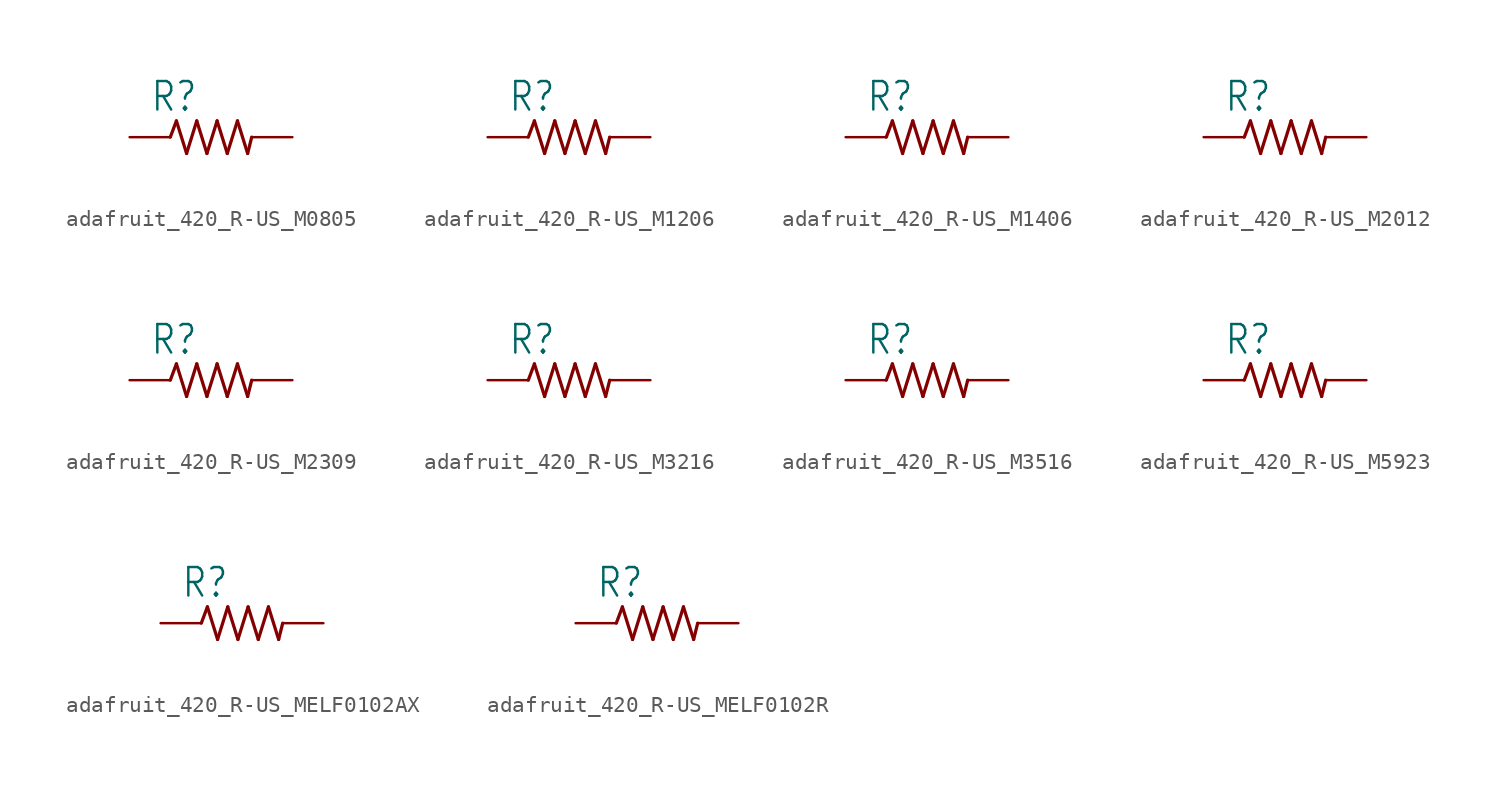
<source format=kicad_sym>
(kicad_symbol_lib
  (version 20241209)
  (generator "kicad_symbol_editor")
  (generator_version "9.0")
  (symbol "adafruit_420_R-US_M0805"
    (property "Reference" "R"
      (at -3.81 1.499 0)
      (effects (font (size 1.778 1.511)) (justify left bottom)))
    (property "Value" ""
      (at -3.81 -3.302 0)
      (effects (font (size 1.778 1.511)) (justify left bottom)))
    (property "ki_locked" ""
      (at 0 0 0)
      (effects (font (size 1.27 1.27))))
    (symbol "adafruit_420_R-US_M0805_1_0"
      (polyline (pts (xy -2.54 0) (xy -2.159 1.016)) (stroke (width 0.203) (type solid)) (fill (type none)))
      (polyline (pts (xy -2.159 1.016) (xy -1.524 -1.016)) (stroke (width 0.203) (type solid)) (fill (type none)))
      (polyline (pts (xy -1.524 -1.016) (xy -0.889 1.016)) (stroke (width 0.203) (type solid)) (fill (type none)))
      (polyline (pts (xy -0.889 1.016) (xy -0.254 -1.016)) (stroke (width 0.203) (type solid)) (fill (type none)))
      (polyline (pts (xy -0.254 -1.016) (xy 0.381 1.016)) (stroke (width 0.203) (type solid)) (fill (type none)))
      (polyline (pts (xy 0.381 1.016) (xy 1.016 -1.016)) (stroke (width 0.203) (type solid)) (fill (type none)))
      (polyline (pts (xy 1.016 -1.016) (xy 1.651 1.016)) (stroke (width 0.203) (type solid)) (fill (type none)))
      (polyline (pts (xy 1.651 1.016) (xy 2.286 -1.016)) (stroke (width 0.203) (type solid)) (fill (type none)))
      (polyline (pts (xy 2.286 -1.016) (xy 2.54 0)) (stroke (width 0.203) (type solid)) (fill (type none)))
      (pin passive line (at -5.08 0 0) (length 2.54) (name "1" (effects (font (size 0 0)))) (number "1" (effects (font (size 0 0)))))
      (pin passive line (at 5.08 0 180) (length 2.54) (name "2" (effects (font (size 0 0)))) (number "2" (effects (font (size 0 0)))))))
  (symbol "adafruit_420_R-US_M1206"
    (property "Reference" "R"
      (at -3.81 1.499 0)
      (effects (font (size 1.778 1.511)) (justify left bottom)))
    (property "Value" ""
      (at -3.81 -3.302 0)
      (effects (font (size 1.778 1.511)) (justify left bottom)))
    (property "ki_locked" ""
      (at 0 0 0)
      (effects (font (size 1.27 1.27))))
    (symbol "adafruit_420_R-US_M1206_1_0"
      (polyline (pts (xy -2.54 0) (xy -2.159 1.016)) (stroke (width 0.203) (type solid)) (fill (type none)))
      (polyline (pts (xy -2.159 1.016) (xy -1.524 -1.016)) (stroke (width 0.203) (type solid)) (fill (type none)))
      (polyline (pts (xy -1.524 -1.016) (xy -0.889 1.016)) (stroke (width 0.203) (type solid)) (fill (type none)))
      (polyline (pts (xy -0.889 1.016) (xy -0.254 -1.016)) (stroke (width 0.203) (type solid)) (fill (type none)))
      (polyline (pts (xy -0.254 -1.016) (xy 0.381 1.016)) (stroke (width 0.203) (type solid)) (fill (type none)))
      (polyline (pts (xy 0.381 1.016) (xy 1.016 -1.016)) (stroke (width 0.203) (type solid)) (fill (type none)))
      (polyline (pts (xy 1.016 -1.016) (xy 1.651 1.016)) (stroke (width 0.203) (type solid)) (fill (type none)))
      (polyline (pts (xy 1.651 1.016) (xy 2.286 -1.016)) (stroke (width 0.203) (type solid)) (fill (type none)))
      (polyline (pts (xy 2.286 -1.016) (xy 2.54 0)) (stroke (width 0.203) (type solid)) (fill (type none)))
      (pin passive line (at -5.08 0 0) (length 2.54) (name "1" (effects (font (size 0 0)))) (number "1" (effects (font (size 0 0)))))
      (pin passive line (at 5.08 0 180) (length 2.54) (name "2" (effects (font (size 0 0)))) (number "2" (effects (font (size 0 0)))))))
  (symbol "adafruit_420_R-US_M1406"
    (property "Reference" "R"
      (at -3.81 1.499 0)
      (effects (font (size 1.778 1.511)) (justify left bottom)))
    (property "Value" ""
      (at -3.81 -3.302 0)
      (effects (font (size 1.778 1.511)) (justify left bottom)))
    (property "ki_locked" ""
      (at 0 0 0)
      (effects (font (size 1.27 1.27))))
    (symbol "adafruit_420_R-US_M1406_1_0"
      (polyline (pts (xy -2.54 0) (xy -2.159 1.016)) (stroke (width 0.203) (type solid)) (fill (type none)))
      (polyline (pts (xy -2.159 1.016) (xy -1.524 -1.016)) (stroke (width 0.203) (type solid)) (fill (type none)))
      (polyline (pts (xy -1.524 -1.016) (xy -0.889 1.016)) (stroke (width 0.203) (type solid)) (fill (type none)))
      (polyline (pts (xy -0.889 1.016) (xy -0.254 -1.016)) (stroke (width 0.203) (type solid)) (fill (type none)))
      (polyline (pts (xy -0.254 -1.016) (xy 0.381 1.016)) (stroke (width 0.203) (type solid)) (fill (type none)))
      (polyline (pts (xy 0.381 1.016) (xy 1.016 -1.016)) (stroke (width 0.203) (type solid)) (fill (type none)))
      (polyline (pts (xy 1.016 -1.016) (xy 1.651 1.016)) (stroke (width 0.203) (type solid)) (fill (type none)))
      (polyline (pts (xy 1.651 1.016) (xy 2.286 -1.016)) (stroke (width 0.203) (type solid)) (fill (type none)))
      (polyline (pts (xy 2.286 -1.016) (xy 2.54 0)) (stroke (width 0.203) (type solid)) (fill (type none)))
      (pin passive line (at -5.08 0 0) (length 2.54) (name "1" (effects (font (size 0 0)))) (number "1" (effects (font (size 0 0)))))
      (pin passive line (at 5.08 0 180) (length 2.54) (name "2" (effects (font (size 0 0)))) (number "2" (effects (font (size 0 0)))))))
  (symbol "adafruit_420_R-US_M2012"
    (property "Reference" "R"
      (at -3.81 1.499 0)
      (effects (font (size 1.778 1.511)) (justify left bottom)))
    (property "Value" ""
      (at -3.81 -3.302 0)
      (effects (font (size 1.778 1.511)) (justify left bottom)))
    (property "ki_locked" ""
      (at 0 0 0)
      (effects (font (size 1.27 1.27))))
    (symbol "adafruit_420_R-US_M2012_1_0"
      (polyline (pts (xy -2.54 0) (xy -2.159 1.016)) (stroke (width 0.203) (type solid)) (fill (type none)))
      (polyline (pts (xy -2.159 1.016) (xy -1.524 -1.016)) (stroke (width 0.203) (type solid)) (fill (type none)))
      (polyline (pts (xy -1.524 -1.016) (xy -0.889 1.016)) (stroke (width 0.203) (type solid)) (fill (type none)))
      (polyline (pts (xy -0.889 1.016) (xy -0.254 -1.016)) (stroke (width 0.203) (type solid)) (fill (type none)))
      (polyline (pts (xy -0.254 -1.016) (xy 0.381 1.016)) (stroke (width 0.203) (type solid)) (fill (type none)))
      (polyline (pts (xy 0.381 1.016) (xy 1.016 -1.016)) (stroke (width 0.203) (type solid)) (fill (type none)))
      (polyline (pts (xy 1.016 -1.016) (xy 1.651 1.016)) (stroke (width 0.203) (type solid)) (fill (type none)))
      (polyline (pts (xy 1.651 1.016) (xy 2.286 -1.016)) (stroke (width 0.203) (type solid)) (fill (type none)))
      (polyline (pts (xy 2.286 -1.016) (xy 2.54 0)) (stroke (width 0.203) (type solid)) (fill (type none)))
      (pin passive line (at -5.08 0 0) (length 2.54) (name "1" (effects (font (size 0 0)))) (number "1" (effects (font (size 0 0)))))
      (pin passive line (at 5.08 0 180) (length 2.54) (name "2" (effects (font (size 0 0)))) (number "2" (effects (font (size 0 0)))))))
  (symbol "adafruit_420_R-US_M2309"
    (property "Reference" "R"
      (at -3.81 1.499 0)
      (effects (font (size 1.778 1.511)) (justify left bottom)))
    (property "Value" ""
      (at -3.81 -3.302 0)
      (effects (font (size 1.778 1.511)) (justify left bottom)))
    (property "ki_locked" ""
      (at 0 0 0)
      (effects (font (size 1.27 1.27))))
    (symbol "adafruit_420_R-US_M2309_1_0"
      (polyline (pts (xy -2.54 0) (xy -2.159 1.016)) (stroke (width 0.203) (type solid)) (fill (type none)))
      (polyline (pts (xy -2.159 1.016) (xy -1.524 -1.016)) (stroke (width 0.203) (type solid)) (fill (type none)))
      (polyline (pts (xy -1.524 -1.016) (xy -0.889 1.016)) (stroke (width 0.203) (type solid)) (fill (type none)))
      (polyline (pts (xy -0.889 1.016) (xy -0.254 -1.016)) (stroke (width 0.203) (type solid)) (fill (type none)))
      (polyline (pts (xy -0.254 -1.016) (xy 0.381 1.016)) (stroke (width 0.203) (type solid)) (fill (type none)))
      (polyline (pts (xy 0.381 1.016) (xy 1.016 -1.016)) (stroke (width 0.203) (type solid)) (fill (type none)))
      (polyline (pts (xy 1.016 -1.016) (xy 1.651 1.016)) (stroke (width 0.203) (type solid)) (fill (type none)))
      (polyline (pts (xy 1.651 1.016) (xy 2.286 -1.016)) (stroke (width 0.203) (type solid)) (fill (type none)))
      (polyline (pts (xy 2.286 -1.016) (xy 2.54 0)) (stroke (width 0.203) (type solid)) (fill (type none)))
      (pin passive line (at -5.08 0 0) (length 2.54) (name "1" (effects (font (size 0 0)))) (number "1" (effects (font (size 0 0)))))
      (pin passive line (at 5.08 0 180) (length 2.54) (name "2" (effects (font (size 0 0)))) (number "2" (effects (font (size 0 0)))))))
  (symbol "adafruit_420_R-US_M3216"
    (property "Reference" "R"
      (at -3.81 1.499 0)
      (effects (font (size 1.778 1.511)) (justify left bottom)))
    (property "Value" ""
      (at -3.81 -3.302 0)
      (effects (font (size 1.778 1.511)) (justify left bottom)))
    (property "ki_locked" ""
      (at 0 0 0)
      (effects (font (size 1.27 1.27))))
    (symbol "adafruit_420_R-US_M3216_1_0"
      (polyline (pts (xy -2.54 0) (xy -2.159 1.016)) (stroke (width 0.203) (type solid)) (fill (type none)))
      (polyline (pts (xy -2.159 1.016) (xy -1.524 -1.016)) (stroke (width 0.203) (type solid)) (fill (type none)))
      (polyline (pts (xy -1.524 -1.016) (xy -0.889 1.016)) (stroke (width 0.203) (type solid)) (fill (type none)))
      (polyline (pts (xy -0.889 1.016) (xy -0.254 -1.016)) (stroke (width 0.203) (type solid)) (fill (type none)))
      (polyline (pts (xy -0.254 -1.016) (xy 0.381 1.016)) (stroke (width 0.203) (type solid)) (fill (type none)))
      (polyline (pts (xy 0.381 1.016) (xy 1.016 -1.016)) (stroke (width 0.203) (type solid)) (fill (type none)))
      (polyline (pts (xy 1.016 -1.016) (xy 1.651 1.016)) (stroke (width 0.203) (type solid)) (fill (type none)))
      (polyline (pts (xy 1.651 1.016) (xy 2.286 -1.016)) (stroke (width 0.203) (type solid)) (fill (type none)))
      (polyline (pts (xy 2.286 -1.016) (xy 2.54 0)) (stroke (width 0.203) (type solid)) (fill (type none)))
      (pin passive line (at -5.08 0 0) (length 2.54) (name "1" (effects (font (size 0 0)))) (number "1" (effects (font (size 0 0)))))
      (pin passive line (at 5.08 0 180) (length 2.54) (name "2" (effects (font (size 0 0)))) (number "2" (effects (font (size 0 0)))))))
  (symbol "adafruit_420_R-US_M3516"
    (property "Reference" "R"
      (at -3.81 1.499 0)
      (effects (font (size 1.778 1.511)) (justify left bottom)))
    (property "Value" ""
      (at -3.81 -3.302 0)
      (effects (font (size 1.778 1.511)) (justify left bottom)))
    (property "ki_locked" ""
      (at 0 0 0)
      (effects (font (size 1.27 1.27))))
    (symbol "adafruit_420_R-US_M3516_1_0"
      (polyline (pts (xy -2.54 0) (xy -2.159 1.016)) (stroke (width 0.203) (type solid)) (fill (type none)))
      (polyline (pts (xy -2.159 1.016) (xy -1.524 -1.016)) (stroke (width 0.203) (type solid)) (fill (type none)))
      (polyline (pts (xy -1.524 -1.016) (xy -0.889 1.016)) (stroke (width 0.203) (type solid)) (fill (type none)))
      (polyline (pts (xy -0.889 1.016) (xy -0.254 -1.016)) (stroke (width 0.203) (type solid)) (fill (type none)))
      (polyline (pts (xy -0.254 -1.016) (xy 0.381 1.016)) (stroke (width 0.203) (type solid)) (fill (type none)))
      (polyline (pts (xy 0.381 1.016) (xy 1.016 -1.016)) (stroke (width 0.203) (type solid)) (fill (type none)))
      (polyline (pts (xy 1.016 -1.016) (xy 1.651 1.016)) (stroke (width 0.203) (type solid)) (fill (type none)))
      (polyline (pts (xy 1.651 1.016) (xy 2.286 -1.016)) (stroke (width 0.203) (type solid)) (fill (type none)))
      (polyline (pts (xy 2.286 -1.016) (xy 2.54 0)) (stroke (width 0.203) (type solid)) (fill (type none)))
      (pin passive line (at -5.08 0 0) (length 2.54) (name "1" (effects (font (size 0 0)))) (number "1" (effects (font (size 0 0)))))
      (pin passive line (at 5.08 0 180) (length 2.54) (name "2" (effects (font (size 0 0)))) (number "2" (effects (font (size 0 0)))))))
  (symbol "adafruit_420_R-US_M5923"
    (property "Reference" "R"
      (at -3.81 1.499 0)
      (effects (font (size 1.778 1.511)) (justify left bottom)))
    (property "Value" ""
      (at -3.81 -3.302 0)
      (effects (font (size 1.778 1.511)) (justify left bottom)))
    (property "ki_locked" ""
      (at 0 0 0)
      (effects (font (size 1.27 1.27))))
    (symbol "adafruit_420_R-US_M5923_1_0"
      (polyline (pts (xy -2.54 0) (xy -2.159 1.016)) (stroke (width 0.203) (type solid)) (fill (type none)))
      (polyline (pts (xy -2.159 1.016) (xy -1.524 -1.016)) (stroke (width 0.203) (type solid)) (fill (type none)))
      (polyline (pts (xy -1.524 -1.016) (xy -0.889 1.016)) (stroke (width 0.203) (type solid)) (fill (type none)))
      (polyline (pts (xy -0.889 1.016) (xy -0.254 -1.016)) (stroke (width 0.203) (type solid)) (fill (type none)))
      (polyline (pts (xy -0.254 -1.016) (xy 0.381 1.016)) (stroke (width 0.203) (type solid)) (fill (type none)))
      (polyline (pts (xy 0.381 1.016) (xy 1.016 -1.016)) (stroke (width 0.203) (type solid)) (fill (type none)))
      (polyline (pts (xy 1.016 -1.016) (xy 1.651 1.016)) (stroke (width 0.203) (type solid)) (fill (type none)))
      (polyline (pts (xy 1.651 1.016) (xy 2.286 -1.016)) (stroke (width 0.203) (type solid)) (fill (type none)))
      (polyline (pts (xy 2.286 -1.016) (xy 2.54 0)) (stroke (width 0.203) (type solid)) (fill (type none)))
      (pin passive line (at -5.08 0 0) (length 2.54) (name "1" (effects (font (size 0 0)))) (number "1" (effects (font (size 0 0)))))
      (pin passive line (at 5.08 0 180) (length 2.54) (name "2" (effects (font (size 0 0)))) (number "2" (effects (font (size 0 0)))))))
  (symbol "adafruit_420_R-US_MELF0102AX"
    (property "Reference" "R"
      (at -3.81 1.499 0)
      (effects (font (size 1.778 1.511)) (justify left bottom)))
    (property "Value" ""
      (at -3.81 -3.302 0)
      (effects (font (size 1.778 1.511)) (justify left bottom)))
    (property "ki_locked" ""
      (at 0 0 0)
      (effects (font (size 1.27 1.27))))
    (symbol "adafruit_420_R-US_MELF0102AX_1_0"
      (polyline (pts (xy -2.54 0) (xy -2.159 1.016)) (stroke (width 0.203) (type solid)) (fill (type none)))
      (polyline (pts (xy -2.159 1.016) (xy -1.524 -1.016)) (stroke (width 0.203) (type solid)) (fill (type none)))
      (polyline (pts (xy -1.524 -1.016) (xy -0.889 1.016)) (stroke (width 0.203) (type solid)) (fill (type none)))
      (polyline (pts (xy -0.889 1.016) (xy -0.254 -1.016)) (stroke (width 0.203) (type solid)) (fill (type none)))
      (polyline (pts (xy -0.254 -1.016) (xy 0.381 1.016)) (stroke (width 0.203) (type solid)) (fill (type none)))
      (polyline (pts (xy 0.381 1.016) (xy 1.016 -1.016)) (stroke (width 0.203) (type solid)) (fill (type none)))
      (polyline (pts (xy 1.016 -1.016) (xy 1.651 1.016)) (stroke (width 0.203) (type solid)) (fill (type none)))
      (polyline (pts (xy 1.651 1.016) (xy 2.286 -1.016)) (stroke (width 0.203) (type solid)) (fill (type none)))
      (polyline (pts (xy 2.286 -1.016) (xy 2.54 0)) (stroke (width 0.203) (type solid)) (fill (type none)))
      (pin passive line (at -5.08 0 0) (length 2.54) (name "1" (effects (font (size 0 0)))) (number "1" (effects (font (size 0 0)))))
      (pin passive line (at 5.08 0 180) (length 2.54) (name "2" (effects (font (size 0 0)))) (number "2" (effects (font (size 0 0)))))))
  (symbol "adafruit_420_R-US_MELF0102R"
    (property "Reference" "R"
      (at -3.81 1.499 0)
      (effects (font (size 1.778 1.511)) (justify left bottom)))
    (property "Value" ""
      (at -3.81 -3.302 0)
      (effects (font (size 1.778 1.511)) (justify left bottom)))
    (property "ki_locked" ""
      (at 0 0 0)
      (effects (font (size 1.27 1.27))))
    (symbol "adafruit_420_R-US_MELF0102R_1_0"
      (polyline (pts (xy -2.54 0) (xy -2.159 1.016)) (stroke (width 0.203) (type solid)) (fill (type none)))
      (polyline (pts (xy -2.159 1.016) (xy -1.524 -1.016)) (stroke (width 0.203) (type solid)) (fill (type none)))
      (polyline (pts (xy -1.524 -1.016) (xy -0.889 1.016)) (stroke (width 0.203) (type solid)) (fill (type none)))
      (polyline (pts (xy -0.889 1.016) (xy -0.254 -1.016)) (stroke (width 0.203) (type solid)) (fill (type none)))
      (polyline (pts (xy -0.254 -1.016) (xy 0.381 1.016)) (stroke (width 0.203) (type solid)) (fill (type none)))
      (polyline (pts (xy 0.381 1.016) (xy 1.016 -1.016)) (stroke (width 0.203) (type solid)) (fill (type none)))
      (polyline (pts (xy 1.016 -1.016) (xy 1.651 1.016)) (stroke (width 0.203) (type solid)) (fill (type none)))
      (polyline (pts (xy 1.651 1.016) (xy 2.286 -1.016)) (stroke (width 0.203) (type solid)) (fill (type none)))
      (polyline (pts (xy 2.286 -1.016) (xy 2.54 0)) (stroke (width 0.203) (type solid)) (fill (type none)))
      (pin passive line (at -5.08 0 0) (length 2.54) (name "1" (effects (font (size 0 0)))) (number "1" (effects (font (size 0 0)))))
      (pin passive line (at 5.08 0 180) (length 2.54) (name "2" (effects (font (size 0 0)))) (number "2" (effects (font (size 0 0))))))))
</source>
